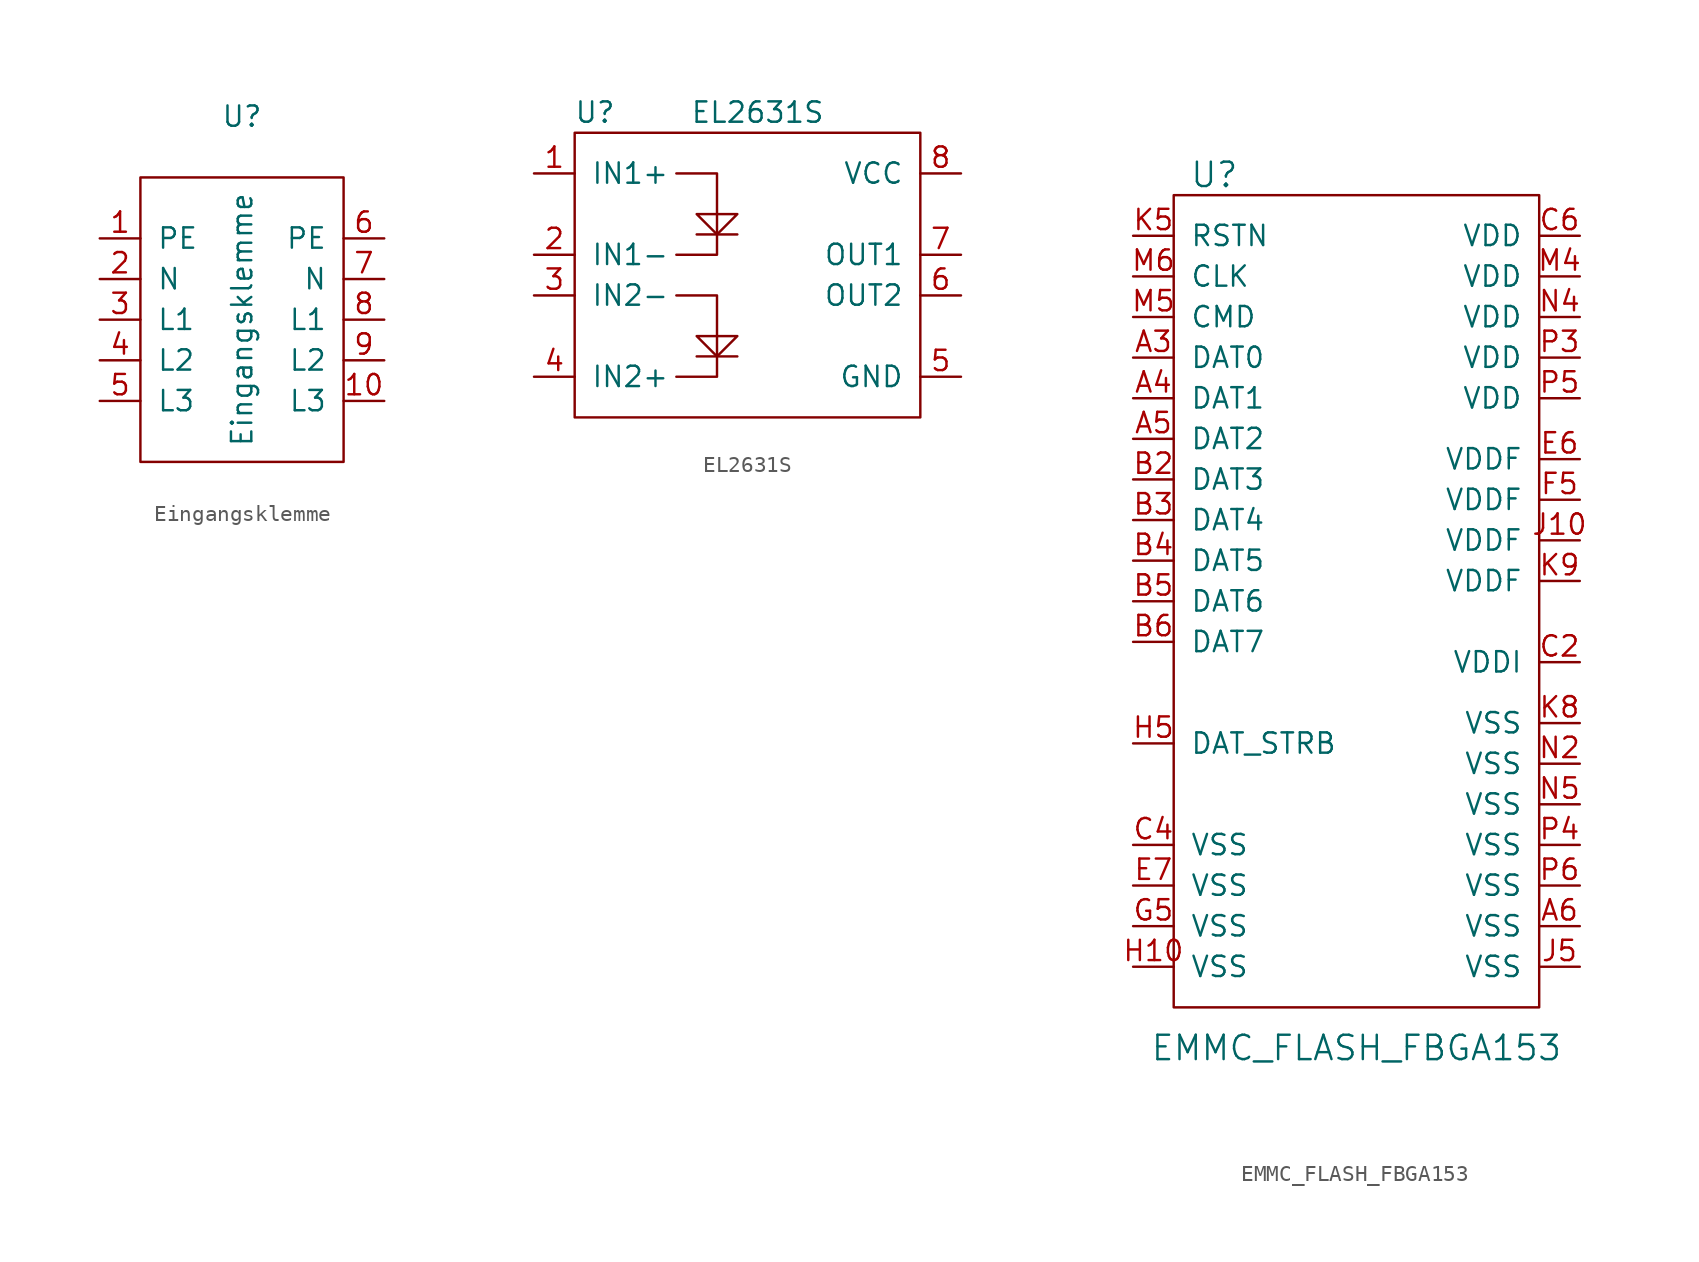
<source format=kicad_sym>
(kicad_symbol_lib
  (version 20211014)
  (generator kicad_symbol_editor)
  (symbol "Eingangsklemme"
    (pin_names
      (offset 1.016))
    (property "Reference" "U"
      (at 0 12.7 0)
      (effects (font (size 1.27 1.27))))
    (property "Value" "Eingangsklemme"
      (at 0 0 90)
      (effects (font (size 1.27 1.27))))
    (symbol "Eingangsklemme_0_1"
      (rectangle (start -6.35 8.89) (end 6.35 -8.89) (stroke (width 0) (type default) (color 0 0 0 0)) (fill (type none))))
    (symbol "Eingangsklemme_1_1"
      (pin input line (at -8.89 5.08 0) (length 2.54) (name "PE" (effects (font (size 1.27 1.27)))) (number "1" (effects (font (size 1.27 1.27)))))
      (pin output line (at 8.89 -5.08 180) (length 2.54) (name "L3" (effects (font (size 1.27 1.27)))) (number "10" (effects (font (size 1.27 1.27)))))
      (pin input line (at -8.89 2.54 0) (length 2.54) (name "N" (effects (font (size 1.27 1.27)))) (number "2" (effects (font (size 1.27 1.27)))))
      (pin input line (at -8.89 0 0) (length 2.54) (name "L1" (effects (font (size 1.27 1.27)))) (number "3" (effects (font (size 1.27 1.27)))))
      (pin input line (at -8.89 -2.54 0) (length 2.54) (name "L2" (effects (font (size 1.27 1.27)))) (number "4" (effects (font (size 1.27 1.27)))))
      (pin input line (at -8.89 -5.08 0) (length 2.54) (name "L3" (effects (font (size 1.27 1.27)))) (number "5" (effects (font (size 1.27 1.27)))))
      (pin output line (at 8.89 5.08 180) (length 2.54) (name "PE" (effects (font (size 1.27 1.27)))) (number "6" (effects (font (size 1.27 1.27)))))
      (pin output line (at 8.89 2.54 180) (length 2.54) (name "N" (effects (font (size 1.27 1.27)))) (number "7" (effects (font (size 1.27 1.27)))))
      (pin output line (at 8.89 0 180) (length 2.54) (name "L1" (effects (font (size 1.27 1.27)))) (number "8" (effects (font (size 1.27 1.27)))))
      (pin output line (at 8.89 -2.54 180) (length 2.54) (name "L2" (effects (font (size 1.27 1.27)))) (number "9" (effects (font (size 1.27 1.27)))))))
  (symbol "EL2631S"
    (pin_names
      (offset 1.016))
    (property "Reference" "U"
      (at -10.16 7.62 0)
      (effects (font (size 1.27 1.27))))
    (property "Value" "EL2631S"
      (at 0 7.62 0)
      (effects (font (size 1.27 1.27))))
    (symbol "EL2631S_0_1"
      (rectangle (start -11.43 6.35) (end 10.16 -11.43) (stroke (width 0) (type default) (color 0 0 0 0)) (fill (type none)))
      (polyline (pts (xy -3.81 0) (xy -1.27 0)) (stroke (width 0) (type default) (color 0 0 0 0)) (fill (type none)))
      (polyline (pts (xy -5.08 3.81) (xy -2.54 3.81) (xy -2.54 -1.27) (xy -5.08 -1.27)) (stroke (width 0) (type default) (color 0 0 0 0)) (fill (type none)))
      (polyline (pts (xy -2.54 0) (xy -3.81 1.27) (xy -1.27 1.27) (xy -2.54 0)) (stroke (width 0) (type default) (color 0 0 0 0)) (fill (type none))))
    (symbol "EL2631S_1_1"
      (polyline (pts (xy -3.81 -7.62) (xy -1.27 -7.62)) (stroke (width 0) (type default) (color 0 0 0 0)) (fill (type none)))
      (polyline (pts (xy -5.08 -3.81) (xy -2.54 -3.81) (xy -2.54 -8.89) (xy -5.08 -8.89)) (stroke (width 0) (type default) (color 0 0 0 0)) (fill (type none)))
      (polyline (pts (xy -2.54 -7.62) (xy -3.81 -6.35) (xy -1.27 -6.35) (xy -2.54 -7.62)) (stroke (width 0) (type default) (color 0 0 0 0)) (fill (type none)))
      (pin input line (at -13.97 3.81 0) (length 2.54) (name "IN1+" (effects (font (size 1.27 1.27)))) (number "1" (effects (font (size 1.27 1.27)))))
      (pin input line (at -13.97 -1.27 0) (length 2.54) (name "IN1-" (effects (font (size 1.27 1.27)))) (number "2" (effects (font (size 1.27 1.27)))))
      (pin input line (at -13.97 -3.81 0) (length 2.54) (name "IN2-" (effects (font (size 1.27 1.27)))) (number "3" (effects (font (size 1.27 1.27)))))
      (pin input line (at -13.97 -8.89 0) (length 2.54) (name "IN2+" (effects (font (size 1.27 1.27)))) (number "4" (effects (font (size 1.27 1.27)))))
      (pin input line (at 12.7 -8.89 180) (length 2.54) (name "GND" (effects (font (size 1.27 1.27)))) (number "5" (effects (font (size 1.27 1.27)))))
      (pin input line (at 12.7 -3.81 180) (length 2.54) (name "OUT2" (effects (font (size 1.27 1.27)))) (number "6" (effects (font (size 1.27 1.27)))))
      (pin input line (at 12.7 -1.27 180) (length 2.54) (name "OUT1" (effects (font (size 1.27 1.27)))) (number "7" (effects (font (size 1.27 1.27)))))
      (pin input line (at 12.7 3.81 180) (length 2.54) (name "VCC" (effects (font (size 1.27 1.27)))) (number "8" (effects (font (size 1.27 1.27)))))))
  (symbol "EMMC_FLASH_FBGA153"
    (pin_names
      (offset 1.016))
    (property "Reference" "U"
      (at -8.89 26.67 0)
      (effects (font (size 1.524 1.524))))
    (property "Value" "EMMC_FLASH_FBGA153"
      (at 0 -27.94 0)
      (effects (font (size 1.524 1.524))))
    (symbol "EMMC_FLASH_FBGA153_0_1"
      (rectangle (start -11.43 25.4) (end 11.43 -25.4) (stroke (width 0) (type default) (color 0 0 0 0)) (fill (type none))))
    (symbol "EMMC_FLASH_FBGA153_1_1"
      (pin passive line (at -13.97 15.24 0) (length 2.54) (name "DAT0" (effects (font (size 1.27 1.27)))) (number "A3" (effects (font (size 1.27 1.27)))))
      (pin passive line (at -13.97 12.7 0) (length 2.54) (name "DAT1" (effects (font (size 1.27 1.27)))) (number "A4" (effects (font (size 1.27 1.27)))))
      (pin passive line (at -13.97 10.16 0) (length 2.54) (name "DAT2" (effects (font (size 1.27 1.27)))) (number "A5" (effects (font (size 1.27 1.27)))))
      (pin passive line (at 13.97 -20.32 180) (length 2.54) (name "VSS" (effects (font (size 1.27 1.27)))) (number "A6" (effects (font (size 1.27 1.27)))))
      (pin passive line (at -13.97 7.62 0) (length 2.54) (name "DAT3" (effects (font (size 1.27 1.27)))) (number "B2" (effects (font (size 1.27 1.27)))))
      (pin passive line (at -13.97 5.08 0) (length 2.54) (name "DAT4" (effects (font (size 1.27 1.27)))) (number "B3" (effects (font (size 1.27 1.27)))))
      (pin passive line (at -13.97 2.54 0) (length 2.54) (name "DAT5" (effects (font (size 1.27 1.27)))) (number "B4" (effects (font (size 1.27 1.27)))))
      (pin passive line (at -13.97 0 0) (length 2.54) (name "DAT6" (effects (font (size 1.27 1.27)))) (number "B5" (effects (font (size 1.27 1.27)))))
      (pin passive line (at -13.97 -2.54 0) (length 2.54) (name "DAT7" (effects (font (size 1.27 1.27)))) (number "B6" (effects (font (size 1.27 1.27)))))
      (pin passive line (at 13.97 -3.81 180) (length 2.54) (name "VDDI" (effects (font (size 1.27 1.27)))) (number "C2" (effects (font (size 1.27 1.27)))))
      (pin passive line (at -13.97 -15.24 0) (length 2.54) (name "VSS" (effects (font (size 1.27 1.27)))) (number "C4" (effects (font (size 1.27 1.27)))))
      (pin passive line (at 13.97 22.86 180) (length 2.54) (name "VDD" (effects (font (size 1.27 1.27)))) (number "C6" (effects (font (size 1.27 1.27)))))
      (pin passive line (at 13.97 8.89 180) (length 2.54) (name "VDDF" (effects (font (size 1.27 1.27)))) (number "E6" (effects (font (size 1.27 1.27)))))
      (pin passive line (at -13.97 -17.78 0) (length 2.54) (name "VSS" (effects (font (size 1.27 1.27)))) (number "E7" (effects (font (size 1.27 1.27)))))
      (pin passive line (at 13.97 6.35 180) (length 2.54) (name "VDDF" (effects (font (size 1.27 1.27)))) (number "F5" (effects (font (size 1.27 1.27)))))
      (pin passive line (at -13.97 -20.32 0) (length 2.54) (name "VSS" (effects (font (size 1.27 1.27)))) (number "G5" (effects (font (size 1.27 1.27)))))
      (pin passive line (at -13.97 -22.86 0) (length 2.54) (name "VSS" (effects (font (size 1.27 1.27)))) (number "H10" (effects (font (size 1.27 1.27)))))
      (pin passive line (at -13.97 -8.89 0) (length 2.54) (name "DAT_STRB" (effects (font (size 1.27 1.27)))) (number "H5" (effects (font (size 1.27 1.27)))))
      (pin passive line (at 13.97 3.81 180) (length 2.54) (name "VDDF" (effects (font (size 1.27 1.27)))) (number "J10" (effects (font (size 1.27 1.27)))))
      (pin passive line (at 13.97 -22.86 180) (length 2.54) (name "VSS" (effects (font (size 1.27 1.27)))) (number "J5" (effects (font (size 1.27 1.27)))))
      (pin passive line (at -13.97 22.86 0) (length 2.54) (name "RSTN" (effects (font (size 1.27 1.27)))) (number "K5" (effects (font (size 1.27 1.27)))))
      (pin passive line (at 13.97 -7.62 180) (length 2.54) (name "VSS" (effects (font (size 1.27 1.27)))) (number "K8" (effects (font (size 1.27 1.27)))))
      (pin passive line (at 13.97 1.27 180) (length 2.54) (name "VDDF" (effects (font (size 1.27 1.27)))) (number "K9" (effects (font (size 1.27 1.27)))))
      (pin passive line (at 13.97 20.32 180) (length 2.54) (name "VDD" (effects (font (size 1.27 1.27)))) (number "M4" (effects (font (size 1.27 1.27)))))
      (pin passive line (at -13.97 17.78 0) (length 2.54) (name "CMD" (effects (font (size 1.27 1.27)))) (number "M5" (effects (font (size 1.27 1.27)))))
      (pin passive line (at -13.97 20.32 0) (length 2.54) (name "CLK" (effects (font (size 1.27 1.27)))) (number "M6" (effects (font (size 1.27 1.27)))))
      (pin passive line (at 13.97 -10.16 180) (length 2.54) (name "VSS" (effects (font (size 1.27 1.27)))) (number "N2" (effects (font (size 1.27 1.27)))))
      (pin passive line (at 13.97 17.78 180) (length 2.54) (name "VDD" (effects (font (size 1.27 1.27)))) (number "N4" (effects (font (size 1.27 1.27)))))
      (pin passive line (at 13.97 -12.7 180) (length 2.54) (name "VSS" (effects (font (size 1.27 1.27)))) (number "N5" (effects (font (size 1.27 1.27)))))
      (pin passive line (at 13.97 15.24 180) (length 2.54) (name "VDD" (effects (font (size 1.27 1.27)))) (number "P3" (effects (font (size 1.27 1.27)))))
      (pin passive line (at 13.97 -15.24 180) (length 2.54) (name "VSS" (effects (font (size 1.27 1.27)))) (number "P4" (effects (font (size 1.27 1.27)))))
      (pin passive line (at 13.97 12.7 180) (length 2.54) (name "VDD" (effects (font (size 1.27 1.27)))) (number "P5" (effects (font (size 1.27 1.27)))))
      (pin passive line (at 13.97 -17.78 180) (length 2.54) (name "VSS" (effects (font (size 1.27 1.27)))) (number "P6" (effects (font (size 1.27 1.27))))))))
</source>
